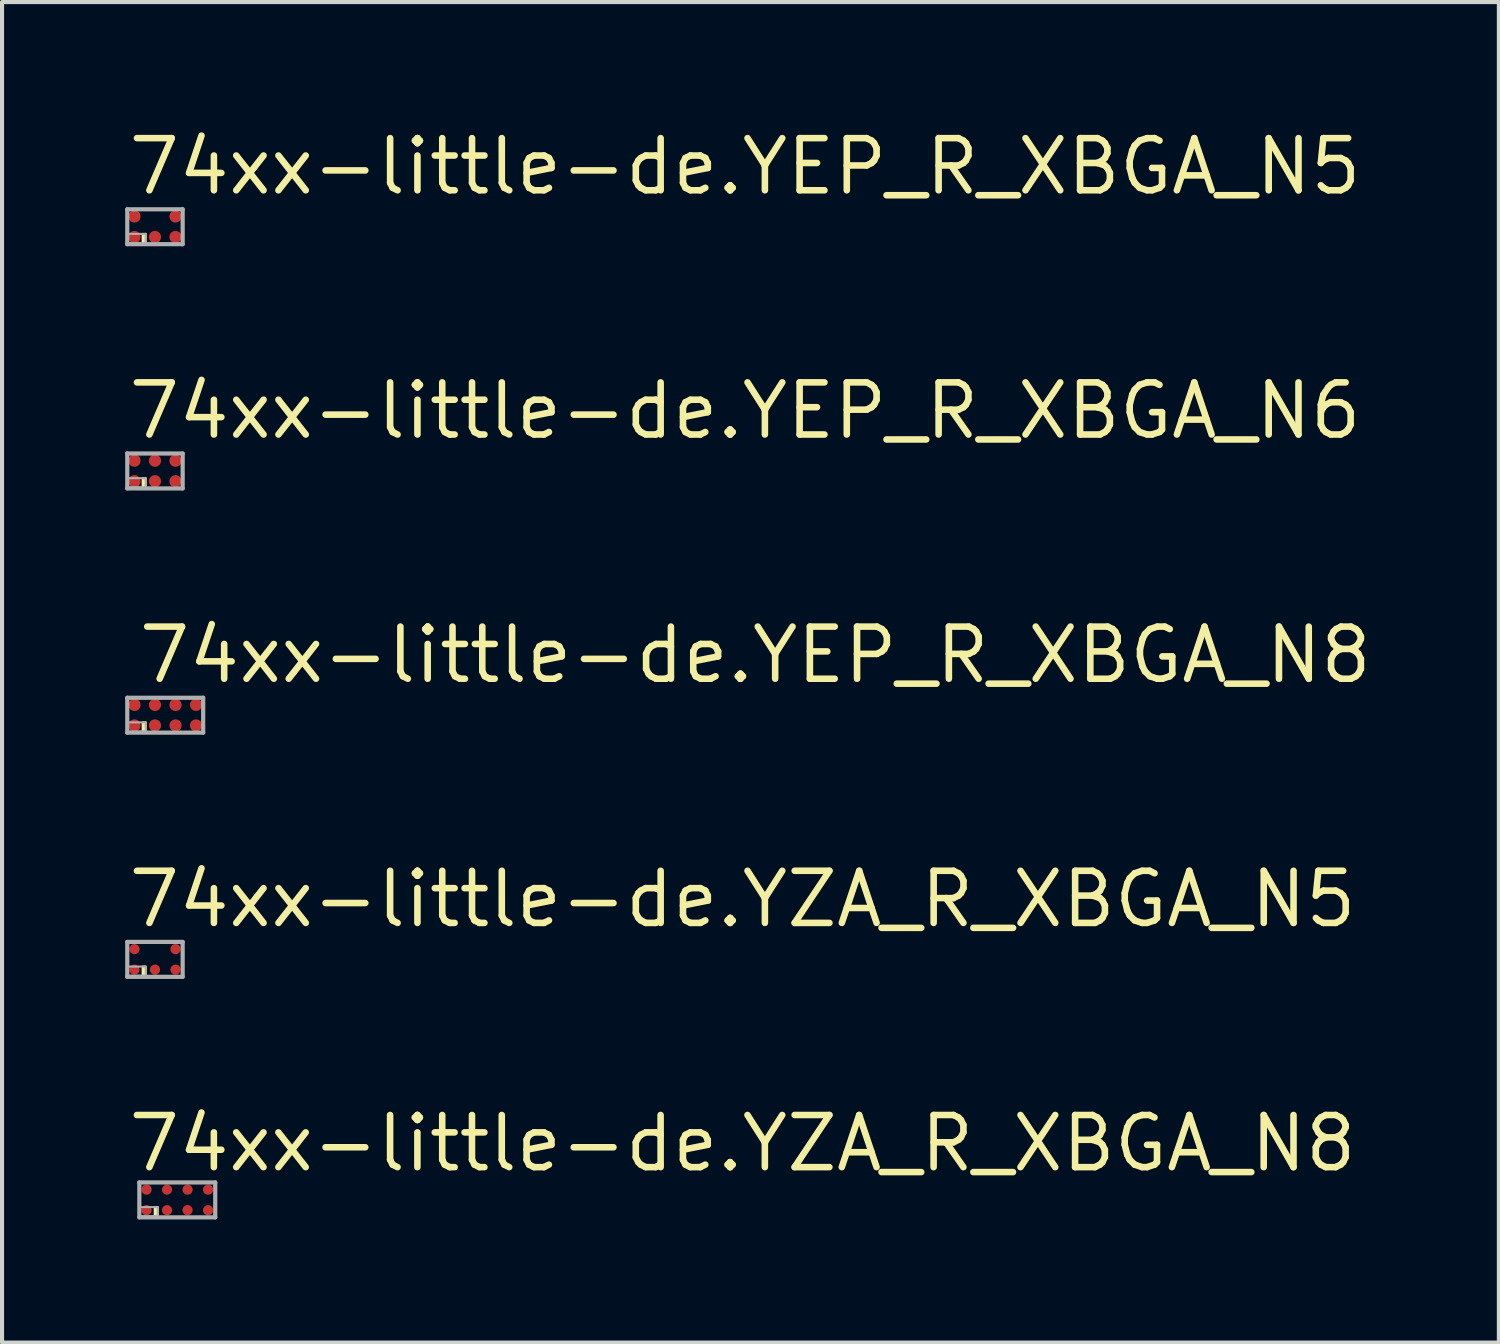
<source format=kicad_pcb>
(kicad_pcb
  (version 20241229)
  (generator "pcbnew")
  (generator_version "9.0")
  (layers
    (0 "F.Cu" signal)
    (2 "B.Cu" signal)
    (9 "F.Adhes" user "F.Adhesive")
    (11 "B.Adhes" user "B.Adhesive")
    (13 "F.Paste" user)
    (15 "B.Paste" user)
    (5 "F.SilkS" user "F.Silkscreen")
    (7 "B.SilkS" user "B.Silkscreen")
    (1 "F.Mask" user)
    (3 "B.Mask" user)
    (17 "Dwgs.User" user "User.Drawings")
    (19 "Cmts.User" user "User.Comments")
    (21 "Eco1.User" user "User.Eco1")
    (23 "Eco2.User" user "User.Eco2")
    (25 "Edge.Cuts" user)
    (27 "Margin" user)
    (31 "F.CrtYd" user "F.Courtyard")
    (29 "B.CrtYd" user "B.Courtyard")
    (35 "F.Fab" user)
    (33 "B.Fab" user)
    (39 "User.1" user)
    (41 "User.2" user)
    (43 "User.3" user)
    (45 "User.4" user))
  (footprint "74xx-little-de.YEP_R_XBGA_N6"
    (layer "F.Cu")
    (at 0.726 8.426)
    (property "Reference" "74xx-little-de.YEP_R_XBGA_N6" (at -0.725 -0.725 0) (layer "F.SilkS") (effects (font (size 1.27 1.27) (thickness 0.16)) (justify left bottom)))
    (attr smd)
    (fp_circle (center -0.5 -0.25) (end -0.325 -0.25) (stroke (width 0.1) (type default)) (fill no) (layer "F.Mask"))
    (fp_circle (center -0.5 0.25) (end -0.325 0.25) (stroke (width 0.1) (type default)) (fill no) (layer "F.Mask"))
    (fp_circle (center 0 -0.25) (end 0.175 -0.25) (stroke (width 0.1) (type default)) (fill no) (layer "F.Mask"))
    (fp_circle (center 0 0.25) (end 0.175 0.25) (stroke (width 0.1) (type default)) (fill no) (layer "F.Mask"))
    (fp_circle (center 0.5 -0.25) (end 0.675 -0.25) (stroke (width 0.1) (type default)) (fill no) (layer "F.Mask"))
    (fp_circle (center 0.5 0.25) (end 0.675 0.25) (stroke (width 0.1) (type default)) (fill no) (layer "F.Mask"))
    (fp_rect (start -0.3 0.375) (end -0.225 0.175) (stroke (width 0.05) (type default)) (fill yes) (layer "F.SilkS"))
    (fp_line (start -0.675 -0.425) (end 0.675 -0.425) (stroke (width 0.102) (type default)) (layer "F.Fab"))
    (fp_line (start -0.675 0.425) (end -0.675 -0.425) (stroke (width 0.102) (type default)) (layer "F.Fab"))
    (fp_line (start 0.675 -0.425) (end 0.675 0.425) (stroke (width 0.102) (type default)) (layer "F.Fab"))
    (fp_line (start 0.675 0.425) (end -0.675 0.425) (stroke (width 0.102) (type default)) (layer "F.Fab"))
    (fp_rect (start -0.675 0.4) (end -0.225 0.175) (stroke (width 0.05) (type default)) (fill no) (layer "F.Fab"))
    (pad "A1" smd roundrect (at -0.5 0.25) (size 0.3 0.3) (layers "F.Cu" "F.Mask" "F.Paste") (roundrect_rratio 0.5))
    (pad "A2" smd roundrect (at -0.5 -0.25) (size 0.3 0.3) (layers "F.Cu" "F.Mask" "F.Paste") (roundrect_rratio 0.5))
    (pad "B1" smd roundrect (at 0 0.25) (size 0.3 0.3) (layers "F.Cu" "F.Mask" "F.Paste") (roundrect_rratio 0.5))
    (pad "B2" smd roundrect (at 0 -0.25) (size 0.3 0.3) (layers "F.Cu" "F.Mask" "F.Paste") (roundrect_rratio 0.5))
    (pad "C1" smd roundrect (at 0.5 0.25) (size 0.3 0.3) (layers "F.Cu" "F.Mask" "F.Paste") (roundrect_rratio 0.5))
    (pad "C2" smd roundrect (at 0.5 -0.25) (size 0.3 0.3) (layers "F.Cu" "F.Mask" "F.Paste") (roundrect_rratio 0.5)))
  (footprint "74xx-little-de.YEP_R_XBGA_N8"
    (layer "F.Cu")
    (at 0.976 14.377)
    (property "Reference" "74xx-little-de.YEP_R_XBGA_N8" (at -0.725 -0.725 0) (layer "F.SilkS") (effects (font (size 1.27 1.27) (thickness 0.16)) (justify left bottom)))
    (attr smd)
    (fp_circle (center -0.75 -0.25) (end -0.575 -0.25) (stroke (width 0.1) (type default)) (fill no) (layer "F.Mask"))
    (fp_circle (center -0.75 0.25) (end -0.575 0.25) (stroke (width 0.1) (type default)) (fill no) (layer "F.Mask"))
    (fp_circle (center -0.25 -0.25) (end -0.075 -0.25) (stroke (width 0.1) (type default)) (fill no) (layer "F.Mask"))
    (fp_circle (center -0.25 0.25) (end -0.075 0.25) (stroke (width 0.1) (type default)) (fill no) (layer "F.Mask"))
    (fp_circle (center 0.25 -0.25) (end 0.425 -0.25) (stroke (width 0.1) (type default)) (fill no) (layer "F.Mask"))
    (fp_circle (center 0.25 0.25) (end 0.425 0.25) (stroke (width 0.1) (type default)) (fill no) (layer "F.Mask"))
    (fp_circle (center 0.75 -0.25) (end 0.925 -0.25) (stroke (width 0.1) (type default)) (fill no) (layer "F.Mask"))
    (fp_circle (center 0.75 0.25) (end 0.925 0.25) (stroke (width 0.1) (type default)) (fill no) (layer "F.Mask"))
    (fp_rect (start -0.55 0.375) (end -0.475 0.175) (stroke (width 0.05) (type default)) (fill yes) (layer "F.SilkS"))
    (fp_line (start -0.925 -0.425) (end 0.925 -0.425) (stroke (width 0.102) (type default)) (layer "F.Fab"))
    (fp_line (start -0.925 0.425) (end -0.925 -0.425) (stroke (width 0.102) (type default)) (layer "F.Fab"))
    (fp_line (start 0.925 -0.425) (end 0.925 0.425) (stroke (width 0.102) (type default)) (layer "F.Fab"))
    (fp_line (start 0.925 0.425) (end -0.925 0.425) (stroke (width 0.102) (type default)) (layer "F.Fab"))
    (fp_rect (start -0.925 0.4) (end -0.475 0.175) (stroke (width 0.05) (type default)) (fill no) (layer "F.Fab"))
    (pad "A1" smd roundrect (at -0.75 0.25) (size 0.3 0.3) (layers "F.Cu" "F.Mask" "F.Paste") (roundrect_rratio 0.5))
    (pad "A2" smd roundrect (at -0.75 -0.25) (size 0.3 0.3) (layers "F.Cu" "F.Mask" "F.Paste") (roundrect_rratio 0.5))
    (pad "B1" smd roundrect (at -0.25 0.25) (size 0.3 0.3) (layers "F.Cu" "F.Mask" "F.Paste") (roundrect_rratio 0.5))
    (pad "B2" smd roundrect (at -0.25 -0.25) (size 0.3 0.3) (layers "F.Cu" "F.Mask" "F.Paste") (roundrect_rratio 0.5))
    (pad "C1" smd roundrect (at 0.25 0.25) (size 0.3 0.3) (layers "F.Cu" "F.Mask" "F.Paste") (roundrect_rratio 0.5))
    (pad "C2" smd roundrect (at 0.25 -0.25) (size 0.3 0.3) (layers "F.Cu" "F.Mask" "F.Paste") (roundrect_rratio 0.5))
    (pad "D1" smd roundrect (at 0.75 0.25) (size 0.3 0.3) (layers "F.Cu" "F.Mask" "F.Paste") (roundrect_rratio 0.5))
    (pad "D2" smd roundrect (at 0.75 -0.25) (size 0.3 0.3) (layers "F.Cu" "F.Mask" "F.Paste") (roundrect_rratio 0.5)))
  (footprint "74xx-little-de.YEP_R_XBGA_N5"
    (layer "F.Cu")
    (at 0.726 2.475)
    (property "Reference" "74xx-little-de.YEP_R_XBGA_N5" (at -0.725 -0.725 0) (layer "F.SilkS") (effects (font (size 1.27 1.27) (thickness 0.16)) (justify left bottom)))
    (attr smd)
    (fp_circle (center -0.5 -0.25) (end -0.325 -0.25) (stroke (width 0.1) (type default)) (fill no) (layer "F.Mask"))
    (fp_circle (center -0.5 0.25) (end -0.325 0.25) (stroke (width 0.1) (type default)) (fill no) (layer "F.Mask"))
    (fp_circle (center 0 0.25) (end 0.175 0.25) (stroke (width 0.1) (type default)) (fill no) (layer "F.Mask"))
    (fp_circle (center 0.5 -0.25) (end 0.675 -0.25) (stroke (width 0.1) (type default)) (fill no) (layer "F.Mask"))
    (fp_circle (center 0.5 0.25) (end 0.675 0.25) (stroke (width 0.1) (type default)) (fill no) (layer "F.Mask"))
    (fp_rect (start -0.3 0.375) (end -0.225 0.175) (stroke (width 0.05) (type default)) (fill yes) (layer "F.SilkS"))
    (fp_line (start -0.675 -0.425) (end 0.675 -0.425) (stroke (width 0.102) (type default)) (layer "F.Fab"))
    (fp_line (start -0.675 0.425) (end -0.675 -0.425) (stroke (width 0.102) (type default)) (layer "F.Fab"))
    (fp_line (start 0.675 -0.425) (end 0.675 0.425) (stroke (width 0.102) (type default)) (layer "F.Fab"))
    (fp_line (start 0.675 0.425) (end -0.675 0.425) (stroke (width 0.102) (type default)) (layer "F.Fab"))
    (fp_rect (start -0.675 0.4) (end -0.225 0.175) (stroke (width 0.05) (type default)) (fill no) (layer "F.Fab"))
    (pad "A1" smd roundrect (at -0.5 0.25) (size 0.3 0.3) (layers "F.Cu" "F.Mask" "F.Paste") (roundrect_rratio 0.5))
    (pad "A2" smd roundrect (at -0.5 -0.25) (size 0.3 0.3) (layers "F.Cu" "F.Mask" "F.Paste") (roundrect_rratio 0.5))
    (pad "B1" smd roundrect (at 0 0.25) (size 0.3 0.3) (layers "F.Cu" "F.Mask" "F.Paste") (roundrect_rratio 0.5))
    (pad "C1" smd roundrect (at 0.5 0.25) (size 0.3 0.3) (layers "F.Cu" "F.Mask" "F.Paste") (roundrect_rratio 0.5))
    (pad "C2" smd roundrect (at 0.5 -0.25) (size 0.3 0.3) (layers "F.Cu" "F.Mask" "F.Paste") (roundrect_rratio 0.5)))
  (footprint "74xx-little-de.YZA_R_XBGA_N5"
    (layer "F.Cu")
    (at 0.726 20.327)
    (property "Reference" "74xx-little-de.YZA_R_XBGA_N5" (at -0.725 -0.725 0) (layer "F.SilkS") (effects (font (size 1.27 1.27) (thickness 0.16)) (justify left bottom)))
    (attr smd)
    (fp_circle (center -0.5 -0.25) (end -0.325 -0.25) (stroke (width 0.1) (type default)) (fill no) (layer "F.Mask"))
    (fp_circle (center -0.5 0.25) (end -0.325 0.25) (stroke (width 0.1) (type default)) (fill no) (layer "F.Mask"))
    (fp_circle (center 0 0.25) (end 0.175 0.25) (stroke (width 0.1) (type default)) (fill no) (layer "F.Mask"))
    (fp_circle (center 0.5 -0.25) (end 0.675 -0.25) (stroke (width 0.1) (type default)) (fill no) (layer "F.Mask"))
    (fp_circle (center 0.5 0.25) (end 0.675 0.25) (stroke (width 0.1) (type default)) (fill no) (layer "F.Mask"))
    (fp_rect (start -0.3 0.375) (end -0.225 0.175) (stroke (width 0.05) (type default)) (fill yes) (layer "F.SilkS"))
    (fp_line (start -0.675 -0.425) (end 0.675 -0.425) (stroke (width 0.102) (type default)) (layer "F.Fab"))
    (fp_line (start -0.675 0.425) (end -0.675 -0.425) (stroke (width 0.102) (type default)) (layer "F.Fab"))
    (fp_line (start 0.675 -0.425) (end 0.675 0.425) (stroke (width 0.102) (type default)) (layer "F.Fab"))
    (fp_line (start 0.675 0.425) (end -0.675 0.425) (stroke (width 0.102) (type default)) (layer "F.Fab"))
    (fp_rect (start -0.675 0.4) (end -0.225 0.175) (stroke (width 0.05) (type default)) (fill no) (layer "F.Fab"))
    (pad "A1" smd roundrect (at -0.5 0.25) (size 0.25 0.25) (layers "F.Cu" "F.Mask" "F.Paste") (roundrect_rratio 0.5))
    (pad "A2" smd roundrect (at -0.5 -0.25) (size 0.25 0.25) (layers "F.Cu" "F.Mask" "F.Paste") (roundrect_rratio 0.5))
    (pad "B1" smd roundrect (at 0 0.25) (size 0.25 0.25) (layers "F.Cu" "F.Mask" "F.Paste") (roundrect_rratio 0.5))
    (pad "C1" smd roundrect (at 0.5 0.25) (size 0.25 0.25) (layers "F.Cu" "F.Mask" "F.Paste") (roundrect_rratio 0.5))
    (pad "C2" smd roundrect (at 0.5 -0.25) (size 0.25 0.25) (layers "F.Cu" "F.Mask" "F.Paste") (roundrect_rratio 0.5)))
  (footprint "74xx-little-de.YZA_R_XBGA_N8"
    (layer "F.Cu")
    (at 1.27 26.188)
    (property "Reference" "74xx-little-de.YZA_R_XBGA_N8" (at -1.27 -0.635 0) (layer "F.SilkS") (effects (font (size 1.27 1.27) (thickness 0.16)) (justify left bottom)))
    (attr smd)
    (fp_circle (center -0.75 -0.25) (end -0.575 -0.25) (stroke (width 0.1) (type default)) (fill no) (layer "F.Mask"))
    (fp_circle (center -0.75 0.25) (end -0.575 0.25) (stroke (width 0.1) (type default)) (fill no) (layer "F.Mask"))
    (fp_circle (center -0.25 -0.25) (end -0.075 -0.25) (stroke (width 0.1) (type default)) (fill no) (layer "F.Mask"))
    (fp_circle (center -0.25 0.25) (end -0.075 0.25) (stroke (width 0.1) (type default)) (fill no) (layer "F.Mask"))
    (fp_circle (center 0.25 -0.25) (end 0.425 -0.25) (stroke (width 0.1) (type default)) (fill no) (layer "F.Mask"))
    (fp_circle (center 0.25 0.25) (end 0.425 0.25) (stroke (width 0.1) (type default)) (fill no) (layer "F.Mask"))
    (fp_circle (center 0.75 -0.25) (end 0.925 -0.25) (stroke (width 0.1) (type default)) (fill no) (layer "F.Mask"))
    (fp_circle (center 0.75 0.25) (end 0.925 0.25) (stroke (width 0.1) (type default)) (fill no) (layer "F.Mask"))
    (fp_rect (start -0.55 0.375) (end -0.475 0.175) (stroke (width 0.05) (type default)) (fill yes) (layer "F.SilkS"))
    (fp_line (start -0.925 -0.425) (end 0.925 -0.425) (stroke (width 0.102) (type default)) (layer "F.Fab"))
    (fp_line (start -0.925 0.425) (end -0.925 -0.425) (stroke (width 0.102) (type default)) (layer "F.Fab"))
    (fp_line (start 0.925 -0.425) (end 0.925 0.425) (stroke (width 0.102) (type default)) (layer "F.Fab"))
    (fp_line (start 0.925 0.425) (end -0.925 0.425) (stroke (width 0.102) (type default)) (layer "F.Fab"))
    (fp_rect (start -0.925 0.4) (end -0.475 0.175) (stroke (width 0.05) (type default)) (fill no) (layer "F.Fab"))
    (pad "A1" smd roundrect (at -0.75 0.25) (size 0.25 0.25) (layers "F.Cu" "F.Mask" "F.Paste") (roundrect_rratio 0.5))
    (pad "A2" smd roundrect (at -0.75 -0.25) (size 0.25 0.25) (layers "F.Cu" "F.Mask" "F.Paste") (roundrect_rratio 0.5))
    (pad "B1" smd roundrect (at -0.25 0.25) (size 0.25 0.25) (layers "F.Cu" "F.Mask" "F.Paste") (roundrect_rratio 0.5))
    (pad "B2" smd roundrect (at -0.25 -0.25) (size 0.25 0.25) (layers "F.Cu" "F.Mask" "F.Paste") (roundrect_rratio 0.5))
    (pad "C1" smd roundrect (at 0.25 0.25) (size 0.25 0.25) (layers "F.Cu" "F.Mask" "F.Paste") (roundrect_rratio 0.5))
    (pad "C2" smd roundrect (at 0.25 -0.25) (size 0.25 0.25) (layers "F.Cu" "F.Mask" "F.Paste") (roundrect_rratio 0.5))
    (pad "D1" smd roundrect (at 0.75 0.25) (size 0.25 0.25) (layers "F.Cu" "F.Mask" "F.Paste") (roundrect_rratio 0.5))
    (pad "D2" smd roundrect (at 0.75 -0.25) (size 0.25 0.25) (layers "F.Cu" "F.Mask" "F.Paste") (roundrect_rratio 0.5)))
  (gr_rect
    (start -3 -3)
    (end 33.473 29.664)
    (stroke (width 0.1) (type default))
    (fill no)
    (layer "Edge.Cuts")))
</source>
